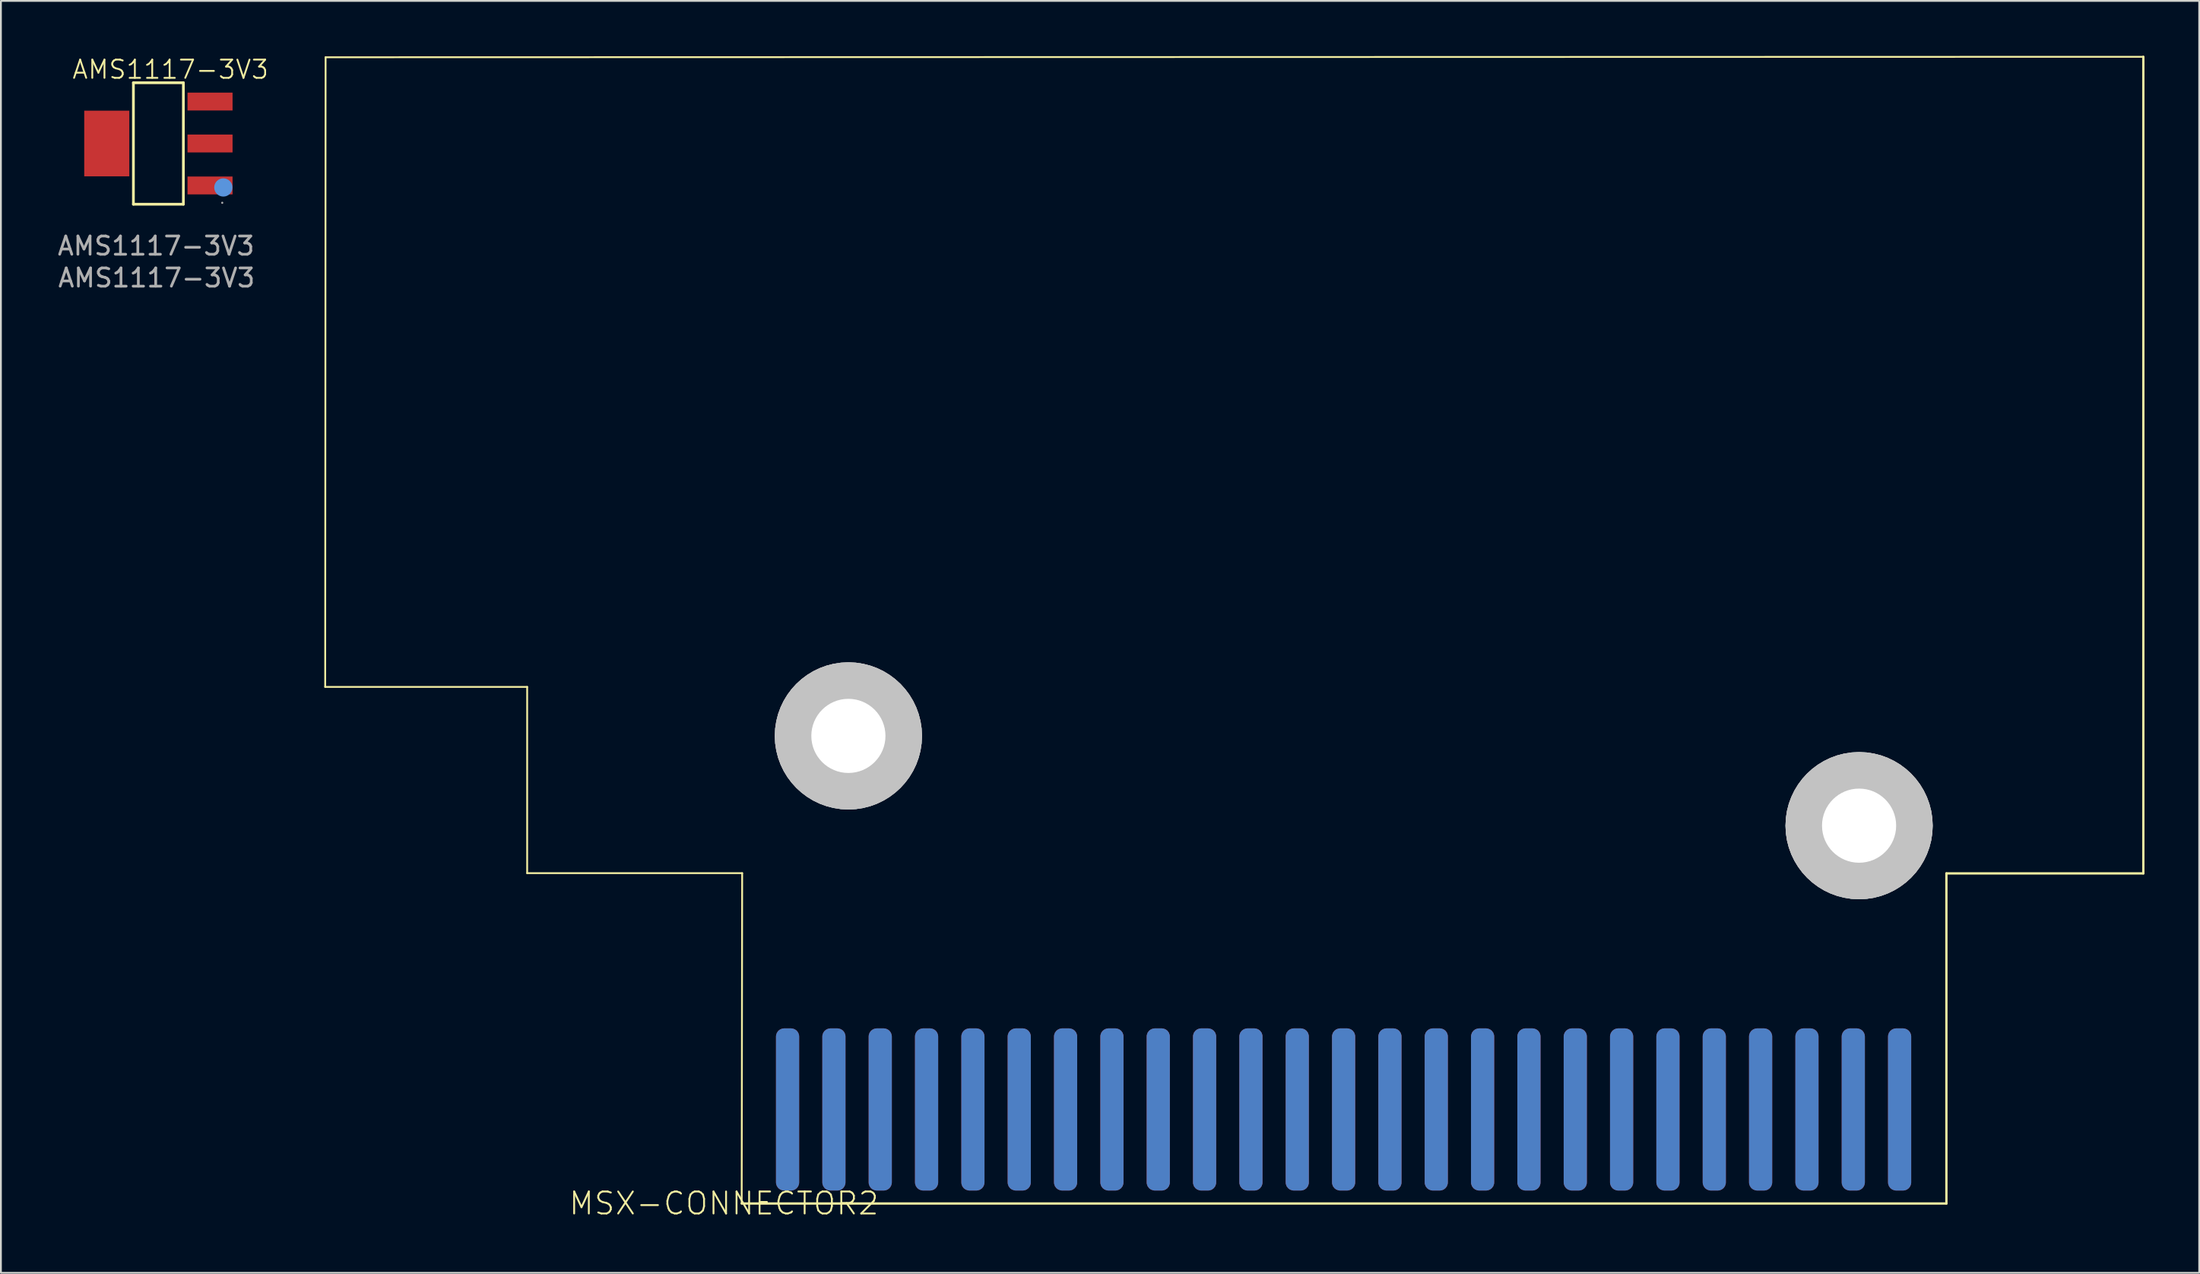
<source format=kicad_pcb>
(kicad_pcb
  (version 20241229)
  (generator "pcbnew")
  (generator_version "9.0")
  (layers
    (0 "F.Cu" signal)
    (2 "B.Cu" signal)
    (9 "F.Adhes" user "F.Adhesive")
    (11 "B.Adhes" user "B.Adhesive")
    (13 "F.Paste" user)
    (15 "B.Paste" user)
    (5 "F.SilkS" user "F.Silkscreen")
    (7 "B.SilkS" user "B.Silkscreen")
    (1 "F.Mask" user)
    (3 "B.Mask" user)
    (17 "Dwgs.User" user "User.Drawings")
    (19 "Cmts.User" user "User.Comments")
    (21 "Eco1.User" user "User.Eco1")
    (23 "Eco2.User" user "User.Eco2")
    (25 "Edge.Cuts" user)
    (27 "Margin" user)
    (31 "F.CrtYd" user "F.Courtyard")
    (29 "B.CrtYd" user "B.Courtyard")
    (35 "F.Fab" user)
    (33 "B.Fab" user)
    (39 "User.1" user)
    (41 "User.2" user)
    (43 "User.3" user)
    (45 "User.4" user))
  (footprint "MSX-CONNECTOR2"
    (layer "F.Cu")
    (at 70.603 60.947)
    (property "Reference" "MSX-CONNECTOR2" (at -25.4 1.27 0) (layer "F.SilkS") (effects (font (size 1.206 1.206) (thickness 0.102)) (justify right top)))
    (attr through_hole)
    (fp_line (start -55.827 -26.339) (end -44.755 -26.34) (stroke (width 0.1) (type default)) (layer "F.SilkS"))
    (fp_line (start -55.804 -60.858) (end -55.827 -26.339) (stroke (width 0.1) (type default)) (layer "F.SilkS"))
    (fp_line (start -44.755 -26.34) (end -44.755 -16.129) (stroke (width 0.1) (type default)) (layer "F.SilkS"))
    (fp_line (start -44.755 -16.129) (end -32.969 -16.129) (stroke (width 0.1) (type default)) (layer "F.SilkS"))
    (fp_line (start -32.969 -16.129) (end -32.995 1.981) (stroke (width 0.1) (type default)) (layer "F.SilkS"))
    (fp_line (start 33.045 -16.116) (end 43.84 -16.116) (stroke (width 0.127) (type solid)) (layer "F.SilkS"))
    (fp_line (start 33.045 1.981) (end -32.995 1.981) (stroke (width 0.127) (type solid)) (layer "F.SilkS"))
    (fp_line (start 33.045 1.981) (end 33.045 -16.116) (stroke (width 0.127) (type solid)) (layer "F.SilkS"))
    (fp_line (start 43.84 -60.884) (end -55.804 -60.858) (stroke (width 0.1) (type default)) (layer "F.SilkS"))
    (fp_line (start 43.84 -16.116) (end 43.84 -60.884) (stroke (width 0.127) (type solid)) (layer "F.SilkS"))
    (fp_circle (center -27.146 -23.654) (end -26.922 -23.654) (stroke (width 3.81) (type solid)) (fill no) (layer "Dwgs.User"))
    (fp_circle (center -27.146 -23.654) (end -26.922 -23.654) (stroke (width 3.81) (type solid)) (fill no) (layer "Dwgs.User"))
    (fp_circle (center -27.146 -23.654) (end -26.922 -23.654) (stroke (width 3.81) (type solid)) (fill no) (layer "Dwgs.User"))
    (fp_circle (center -27.146 -23.654) (end -25.138 -23.654) (stroke (width 0.127) (type solid)) (fill no) (layer "Dwgs.User"))
    (fp_circle (center 28.258 -18.733) (end 28.482 -18.733) (stroke (width 3.81) (type solid)) (fill no) (layer "Dwgs.User"))
    (fp_circle (center 28.258 -18.733) (end 28.482 -18.733) (stroke (width 3.81) (type solid)) (fill no) (layer "Dwgs.User"))
    (fp_circle (center 28.258 -18.733) (end 28.482 -18.733) (stroke (width 3.81) (type solid)) (fill no) (layer "Dwgs.User"))
    (fp_circle (center 28.258 -18.733) (end 30.266 -18.733) (stroke (width 0.127) (type solid)) (fill no) (layer "Dwgs.User"))
    (pad "" np_thru_hole circle (at -27.146 -23.654) (size 4.064 4.064) (drill 4.064) (layers "*.Cu" "*.Mask"))
    (pad "" np_thru_hole circle (at 28.258 -18.733) (size 4.064 4.064) (drill 4.064) (layers "*.Cu" "*.Mask"))
    (pad "1" smd roundrect (at 30.48 -3.175 90) (size 8.89 1.27) (layers "B.Cu" "B.Mask" "B.Paste") (roundrect_rratio 0.35))
    (pad "2" smd roundrect (at 30.48 -3.175 90) (size 8.89 1.27) (layers "F.Cu" "F.Mask" "F.Paste") (roundrect_rratio 0.35))
    (pad "3" smd roundrect (at 27.94 -3.175 90) (size 8.89 1.27) (layers "B.Cu" "B.Mask" "B.Paste") (roundrect_rratio 0.35))
    (pad "4" smd roundrect (at 27.94 -3.175 90) (size 8.89 1.27) (layers "F.Cu" "F.Mask" "F.Paste") (roundrect_rratio 0.35))
    (pad "5" smd roundrect (at 25.4 -3.175 90) (size 8.89 1.27) (layers "B.Cu" "B.Mask" "B.Paste") (roundrect_rratio 0.35))
    (pad "6" smd roundrect (at 25.4 -3.175 90) (size 8.89 1.27) (layers "F.Cu" "F.Mask" "F.Paste") (roundrect_rratio 0.35))
    (pad "7" smd roundrect (at 22.86 -3.175 90) (size 8.89 1.27) (layers "B.Cu" "B.Mask" "B.Paste") (roundrect_rratio 0.35))
    (pad "8" smd roundrect (at 22.86 -3.175 90) (size 8.89 1.27) (layers "F.Cu" "F.Mask" "F.Paste") (roundrect_rratio 0.35))
    (pad "9" smd roundrect (at 20.32 -3.175 90) (size 8.89 1.27) (layers "B.Cu" "B.Mask" "B.Paste") (roundrect_rratio 0.35))
    (pad "10" smd roundrect (at 20.32 -3.175 90) (size 8.89 1.27) (layers "F.Cu" "F.Mask" "F.Paste") (roundrect_rratio 0.35))
    (pad "11" smd roundrect (at 17.78 -3.175 90) (size 8.89 1.27) (layers "B.Cu" "B.Mask" "B.Paste") (roundrect_rratio 0.35))
    (pad "12" smd roundrect (at 17.78 -3.175 90) (size 8.89 1.27) (layers "F.Cu" "F.Mask" "F.Paste") (roundrect_rratio 0.35))
    (pad "13" smd roundrect (at 15.24 -3.175 90) (size 8.89 1.27) (layers "B.Cu" "B.Mask" "B.Paste") (roundrect_rratio 0.35))
    (pad "14" smd roundrect (at 15.24 -3.175 90) (size 8.89 1.27) (layers "F.Cu" "F.Mask" "F.Paste") (roundrect_rratio 0.35))
    (pad "15" smd roundrect (at 12.7 -3.175 90) (size 8.89 1.27) (layers "B.Cu" "B.Mask" "B.Paste") (roundrect_rratio 0.35))
    (pad "16" smd roundrect (at 12.7 -3.175 90) (size 8.89 1.27) (layers "F.Cu" "F.Mask" "F.Paste") (roundrect_rratio 0.35))
    (pad "17" smd roundrect (at 10.16 -3.175 90) (size 8.89 1.27) (layers "B.Cu" "B.Mask" "B.Paste") (roundrect_rratio 0.35))
    (pad "18" smd roundrect (at 10.16 -3.175 270) (size 8.89 1.27) (layers "F.Cu" "F.Mask" "F.Paste") (roundrect_rratio 0.35))
    (pad "19" smd roundrect (at 7.62 -3.175 90) (size 8.89 1.27) (layers "B.Cu" "B.Mask" "B.Paste") (roundrect_rratio 0.35))
    (pad "20" smd roundrect (at 7.62 -3.175 270) (size 8.89 1.27) (layers "F.Cu" "F.Mask" "F.Paste") (roundrect_rratio 0.35))
    (pad "21" smd roundrect (at 5.08 -3.175 90) (size 8.89 1.27) (layers "B.Cu" "B.Mask" "B.Paste") (roundrect_rratio 0.35))
    (pad "22" smd roundrect (at 5.08 -3.175 270) (size 8.89 1.27) (layers "F.Cu" "F.Mask" "F.Paste") (roundrect_rratio 0.35))
    (pad "23" smd roundrect (at 2.54 -3.175 90) (size 8.89 1.27) (layers "B.Cu" "B.Mask" "B.Paste") (roundrect_rratio 0.35))
    (pad "24" smd roundrect (at 2.54 -3.175 270) (size 8.89 1.27) (layers "F.Cu" "F.Mask" "F.Paste") (roundrect_rratio 0.35))
    (pad "25" smd roundrect (at 0 -3.175 90) (size 8.89 1.27) (layers "B.Cu" "B.Mask" "B.Paste") (roundrect_rratio 0.35))
    (pad "26" smd roundrect (at 0 -3.175 270) (size 8.89 1.27) (layers "F.Cu" "F.Mask" "F.Paste") (roundrect_rratio 0.35))
    (pad "27" smd roundrect (at -2.54 -3.175 90) (size 8.89 1.27) (layers "B.Cu" "B.Mask" "B.Paste") (roundrect_rratio 0.35))
    (pad "28" smd roundrect (at -2.54 -3.175 270) (size 8.89 1.27) (layers "F.Cu" "F.Mask" "F.Paste") (roundrect_rratio 0.35))
    (pad "29" smd roundrect (at -5.08 -3.175 90) (size 8.89 1.27) (layers "B.Cu" "B.Mask" "B.Paste") (roundrect_rratio 0.35))
    (pad "30" smd roundrect (at -5.08 -3.175 270) (size 8.89 1.27) (layers "F.Cu" "F.Mask" "F.Paste") (roundrect_rratio 0.35))
    (pad "31" smd roundrect (at -7.62 -3.175 90) (size 8.89 1.27) (layers "B.Cu" "B.Mask" "B.Paste") (roundrect_rratio 0.35))
    (pad "32" smd roundrect (at -7.62 -3.175 270) (size 8.89 1.27) (layers "F.Cu" "F.Mask" "F.Paste") (roundrect_rratio 0.35))
    (pad "33" smd roundrect (at -10.16 -3.175 90) (size 8.89 1.27) (layers "B.Cu" "B.Mask" "B.Paste") (roundrect_rratio 0.35))
    (pad "34" smd roundrect (at -10.16 -3.175 270) (size 8.89 1.27) (layers "F.Cu" "F.Mask" "F.Paste") (roundrect_rratio 0.35))
    (pad "35" smd roundrect (at -12.7 -3.175 90) (size 8.89 1.27) (layers "B.Cu" "B.Mask" "B.Paste") (roundrect_rratio 0.35))
    (pad "36" smd roundrect (at -12.7 -3.175 270) (size 8.89 1.27) (layers "F.Cu" "F.Mask" "F.Paste") (roundrect_rratio 0.35))
    (pad "37" smd roundrect (at -15.24 -3.175 90) (size 8.89 1.27) (layers "B.Cu" "B.Mask" "B.Paste") (roundrect_rratio 0.35))
    (pad "38" smd roundrect (at -15.24 -3.175 90) (size 8.89 1.27) (layers "F.Cu" "F.Mask" "F.Paste") (roundrect_rratio 0.35))
    (pad "39" smd roundrect (at -17.78 -3.175 90) (size 8.89 1.27) (layers "B.Cu" "B.Mask" "B.Paste") (roundrect_rratio 0.35))
    (pad "40" smd roundrect (at -17.78 -3.175 90) (size 8.89 1.27) (layers "F.Cu" "F.Mask" "F.Paste") (roundrect_rratio 0.35))
    (pad "41" smd roundrect (at -20.32 -3.175 90) (size 8.89 1.27) (layers "B.Cu" "B.Mask" "B.Paste") (roundrect_rratio 0.35))
    (pad "42" smd roundrect (at -20.32 -3.175 90) (size 8.89 1.27) (layers "F.Cu" "F.Mask" "F.Paste") (roundrect_rratio 0.35))
    (pad "43" smd roundrect (at -22.86 -3.175 90) (size 8.89 1.27) (layers "B.Cu" "B.Mask" "B.Paste") (roundrect_rratio 0.35))
    (pad "44" smd roundrect (at -22.86 -3.175 90) (size 8.89 1.27) (layers "F.Cu" "F.Mask" "F.Paste") (roundrect_rratio 0.35))
    (pad "45" smd roundrect (at -25.4 -3.175 90) (size 8.89 1.27) (layers "B.Cu" "B.Mask" "B.Paste") (roundrect_rratio 0.35))
    (pad "46" smd roundrect (at -25.4 -3.175 90) (size 8.89 1.27) (layers "F.Cu" "F.Mask" "F.Paste") (roundrect_rratio 0.35))
    (pad "47" smd roundrect (at -27.94 -3.175 90) (size 8.89 1.27) (layers "B.Cu" "B.Mask" "B.Paste") (roundrect_rratio 0.35))
    (pad "48" smd roundrect (at -27.94 -3.175 90) (size 8.89 1.27) (layers "F.Cu" "F.Mask" "F.Paste") (roundrect_rratio 0.35))
    (pad "49" smd roundrect (at -30.48 -3.175 90) (size 8.89 1.27) (layers "B.Cu" "B.Mask" "B.Paste") (roundrect_rratio 0.35))
    (pad "50" smd roundrect (at -30.48 -3.175 90) (size 8.89 1.27) (layers "F.Cu" "F.Mask" "F.Paste") (roundrect_rratio 0.35)))
  (footprint "AMS1117-3V3"
    (layer "F.Cu")
    (at 5.796 4.704)
    (property "Reference" "AMS1117-3V3" (at 0.499 -3.943 0) (unlocked yes) (layer "F.SilkS") (effects (font (size 1 1) (thickness 0.1))))
    (attr smd)
    (fp_line (start -1.533 -3.217) (end 1.207 -3.217) (stroke (width 0.15) (type solid)) (layer "F.SilkS"))
    (fp_line (start -1.533 3.443) (end -1.533 -3.217) (stroke (width 0.15) (type solid)) (layer "F.SilkS"))
    (fp_line (start 1.207 -3.217) (end 1.207 3.443) (stroke (width 0.15) (type solid)) (layer "F.SilkS"))
    (fp_line (start 1.207 3.443) (end -1.533 3.443) (stroke (width 0.15) (type solid)) (layer "F.SilkS"))
    (fp_circle (center 3.397 2.523) (end 3.647 2.523) (stroke (width 0.5) (type solid)) (fill no) (layer "Cmts.User"))
    (fp_circle (center 3.337 3.363) (end 3.367 3.363) (stroke (width 0.06) (type solid)) (fill no) (layer "F.Fab"))
    (fp_text user "${REFERENCE}" (at -0.263 7.479 0) (layer "F.Fab") (effects (font (size 1 1) (thickness 0.15))))
    (fp_text user "${REFERENCE}" (at -0.29 5.729 0) (unlocked yes) (layer "F.Fab") (effects (font (size 1 1) (thickness 0.15))))
    (pad "1" smd rect (at 2.667 2.413) (size 2.47 0.98) (layers "F.Cu" "F.Mask" "F.Paste"))
    (pad "2" smd rect (at 2.667 0.113) (size 2.47 0.98) (layers "F.Cu" "F.Mask" "F.Paste"))
    (pad "3" smd rect (at 2.667 -2.187) (size 2.47 0.98) (layers "F.Cu" "F.Mask" "F.Paste"))
    (pad "4" smd rect (at -2.993 0.113) (size 2.47 3.6) (layers "F.Cu" "F.Mask" "F.Paste")))
  (gr_rect
    (start -3 -3)
    (end 117.506 66.729)
    (stroke (width 0.1) (type default))
    (fill no)
    (layer "Edge.Cuts")))
</source>
